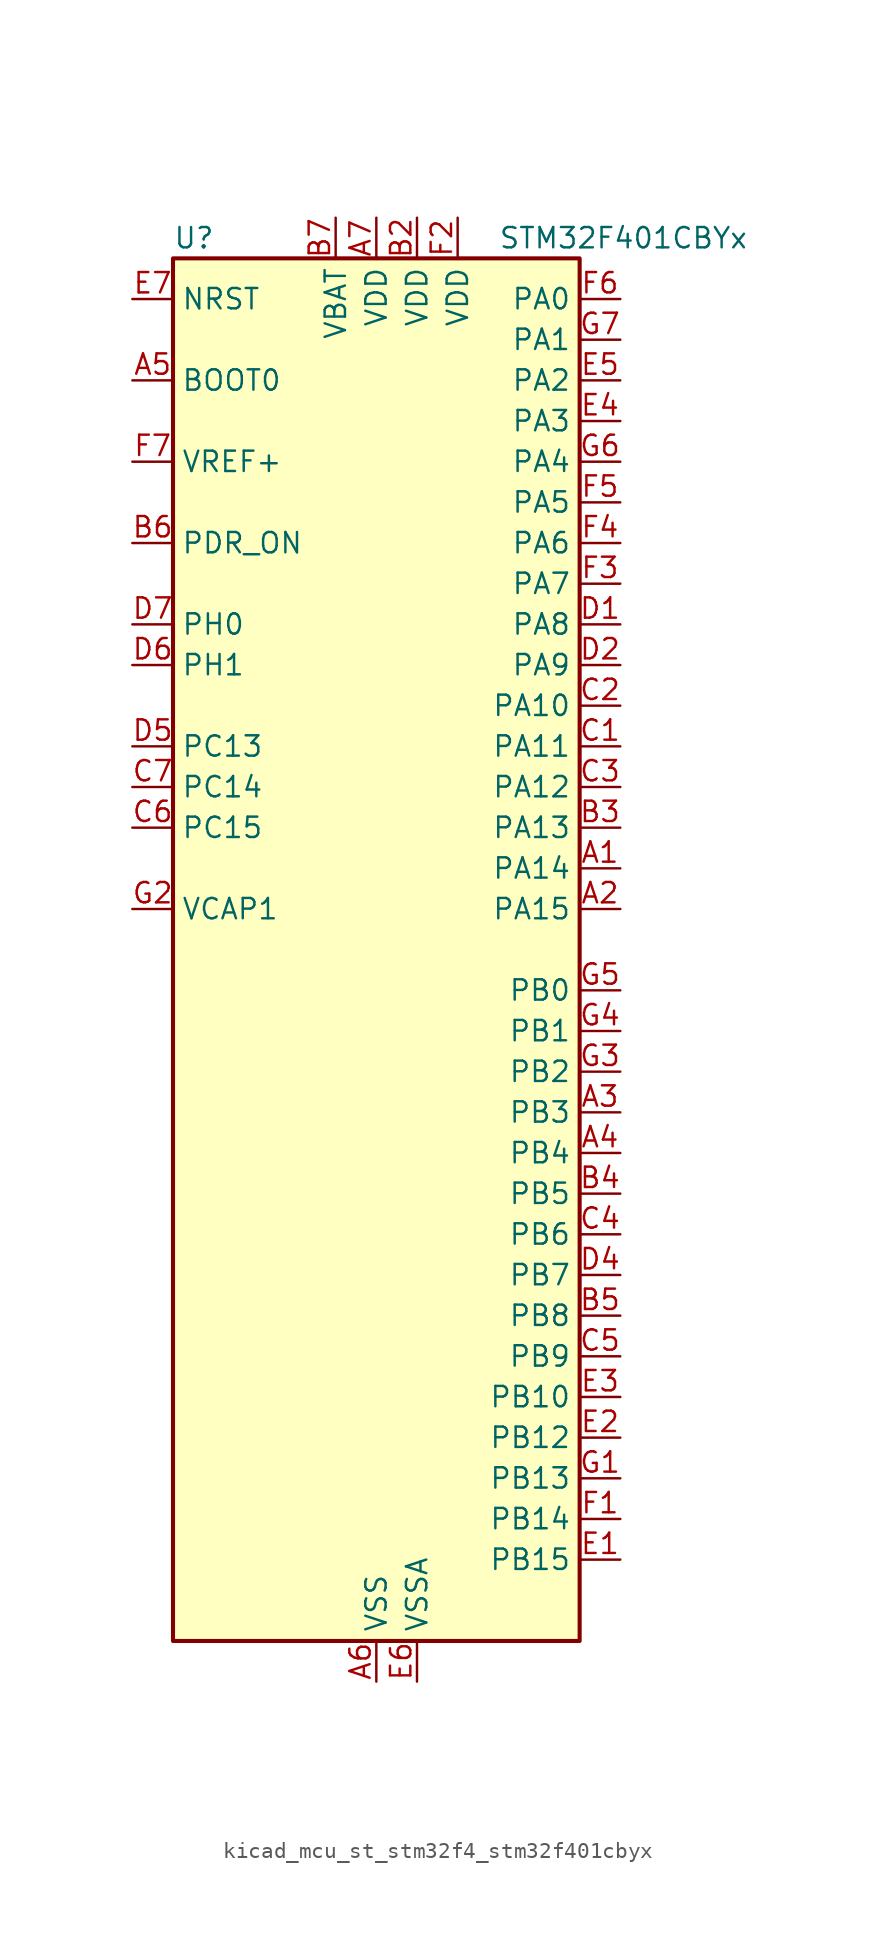
<source format=kicad_sym>
(kicad_symbol_lib
  (version 20220914)
  (generator kicad_symbol_editor)
  (symbol "kicad_mcu_st_stm32f4_stm32f401cbyx"
    (property "Reference" "U"
      (at -12.7 44.45 0)
      (effects (font (size 1.27 1.27)) (justify left)))
    (property "Value" "STM32F401CBYx"
      (at 7.62 44.45 0)
      (effects (font (size 1.27 1.27)) (justify left)))
    (property "ki_locked" ""
      (at 0 0 0)
      (effects (font (size 1.27 1.27))))
    (symbol "kicad_mcu_st_stm32f4_stm32f401cbyx_0_1"
      (rectangle (start -12.7 -43.18) (end 12.7 43.18) (stroke (width 0.254) (type default)) (fill (type background))))
    (symbol "kicad_mcu_st_stm32f4_stm32f401cbyx_1_1"
      (pin bidirectional line (at 15.24 5.08 180) (length 2.54) (name "PA14" (effects (font (size 1.27 1.27)))) (number "A1" (effects (font (size 1.27 1.27)))) (alternate "SYS_JTCK-SWCLK" bidirectional line))
      (pin bidirectional line (at 15.24 2.54 180) (length 2.54) (name "PA15" (effects (font (size 1.27 1.27)))) (number "A2" (effects (font (size 1.27 1.27)))) (alternate "ADC1_EXTI15" bidirectional line) (alternate "I2S3_WS" bidirectional line) (alternate "SPI1_NSS" bidirectional line) (alternate "SPI3_NSS" bidirectional line) (alternate "SYS_JTDI" bidirectional line) (alternate "TIM2_CH1" bidirectional line) (alternate "TIM2_ETR" bidirectional line))
      (pin bidirectional line (at 15.24 -10.16 180) (length 2.54) (name "PB3" (effects (font (size 1.27 1.27)))) (number "A3" (effects (font (size 1.27 1.27)))) (alternate "I2C2_SDA" bidirectional line) (alternate "I2S3_CK" bidirectional line) (alternate "SPI1_SCK" bidirectional line) (alternate "SPI3_SCK" bidirectional line) (alternate "SYS_JTDO-SWO" bidirectional line) (alternate "TIM2_CH2" bidirectional line))
      (pin bidirectional line (at 15.24 -12.7 180) (length 2.54) (name "PB4" (effects (font (size 1.27 1.27)))) (number "A4" (effects (font (size 1.27 1.27)))) (alternate "I2C3_SDA" bidirectional line) (alternate "I2S3_ext_SD" bidirectional line) (alternate "SPI1_MISO" bidirectional line) (alternate "SPI3_MISO" bidirectional line) (alternate "SYS_JTRST" bidirectional line) (alternate "TIM3_CH1" bidirectional line))
      (pin input line (at -15.24 35.56 0) (length 2.54) (name "BOOT0" (effects (font (size 1.27 1.27)))) (number "A5" (effects (font (size 1.27 1.27)))))
      (pin power_in line (at 0 -45.72 90) (length 2.54) (name "VSS" (effects (font (size 1.27 1.27)))) (number "A6" (effects (font (size 1.27 1.27)))))
      (pin power_in line (at 0 45.72 270) (length 2.54) (name "VDD" (effects (font (size 1.27 1.27)))) (number "A7" (effects (font (size 1.27 1.27)))))
      (pin passive line (at 0 -45.72 90) (length 2.54) hide (name "VSS" (effects (font (size 1.27 1.27)))) (number "B1" (effects (font (size 1.27 1.27)))))
      (pin power_in line (at 2.54 45.72 270) (length 2.54) (name "VDD" (effects (font (size 1.27 1.27)))) (number "B2" (effects (font (size 1.27 1.27)))))
      (pin bidirectional line (at 15.24 7.62 180) (length 2.54) (name "PA13" (effects (font (size 1.27 1.27)))) (number "B3" (effects (font (size 1.27 1.27)))) (alternate "SYS_JTMS-SWDIO" bidirectional line))
      (pin bidirectional line (at 15.24 -15.24 180) (length 2.54) (name "PB5" (effects (font (size 1.27 1.27)))) (number "B4" (effects (font (size 1.27 1.27)))) (alternate "I2C1_SMBA" bidirectional line) (alternate "I2S3_SD" bidirectional line) (alternate "SPI1_MOSI" bidirectional line) (alternate "SPI3_MOSI" bidirectional line) (alternate "TIM3_CH2" bidirectional line))
      (pin bidirectional line (at 15.24 -22.86 180) (length 2.54) (name "PB8" (effects (font (size 1.27 1.27)))) (number "B5" (effects (font (size 1.27 1.27)))) (alternate "I2C1_SCL" bidirectional line) (alternate "TIM10_CH1" bidirectional line) (alternate "TIM4_CH3" bidirectional line))
      (pin input line (at -15.24 25.4 0) (length 2.54) (name "PDR_ON" (effects (font (size 1.27 1.27)))) (number "B6" (effects (font (size 1.27 1.27)))))
      (pin power_in line (at -2.54 45.72 270) (length 2.54) (name "VBAT" (effects (font (size 1.27 1.27)))) (number "B7" (effects (font (size 1.27 1.27)))))
      (pin bidirectional line (at 15.24 12.7 180) (length 2.54) (name "PA11" (effects (font (size 1.27 1.27)))) (number "C1" (effects (font (size 1.27 1.27)))) (alternate "ADC1_EXTI11" bidirectional line) (alternate "TIM1_CH4" bidirectional line) (alternate "USART1_CTS" bidirectional line) (alternate "USART6_TX" bidirectional line) (alternate "USB_OTG_FS_DM" bidirectional line))
      (pin bidirectional line (at 15.24 15.24 180) (length 2.54) (name "PA10" (effects (font (size 1.27 1.27)))) (number "C2" (effects (font (size 1.27 1.27)))) (alternate "TIM1_CH3" bidirectional line) (alternate "USART1_RX" bidirectional line) (alternate "USB_OTG_FS_ID" bidirectional line))
      (pin bidirectional line (at 15.24 10.16 180) (length 2.54) (name "PA12" (effects (font (size 1.27 1.27)))) (number "C3" (effects (font (size 1.27 1.27)))) (alternate "TIM1_ETR" bidirectional line) (alternate "USART1_RTS" bidirectional line) (alternate "USART6_RX" bidirectional line) (alternate "USB_OTG_FS_DP" bidirectional line))
      (pin bidirectional line (at 15.24 -17.78 180) (length 2.54) (name "PB6" (effects (font (size 1.27 1.27)))) (number "C4" (effects (font (size 1.27 1.27)))) (alternate "I2C1_SCL" bidirectional line) (alternate "TIM4_CH1" bidirectional line) (alternate "USART1_TX" bidirectional line))
      (pin bidirectional line (at 15.24 -25.4 180) (length 2.54) (name "PB9" (effects (font (size 1.27 1.27)))) (number "C5" (effects (font (size 1.27 1.27)))) (alternate "I2C1_SDA" bidirectional line) (alternate "I2S2_WS" bidirectional line) (alternate "SPI2_NSS" bidirectional line) (alternate "TIM11_CH1" bidirectional line) (alternate "TIM4_CH4" bidirectional line))
      (pin bidirectional line (at -15.24 7.62 0) (length 2.54) (name "PC15" (effects (font (size 1.27 1.27)))) (number "C6" (effects (font (size 1.27 1.27)))) (alternate "ADC1_EXTI15" bidirectional line) (alternate "RCC_OSC32_OUT" bidirectional line))
      (pin bidirectional line (at -15.24 10.16 0) (length 2.54) (name "PC14" (effects (font (size 1.27 1.27)))) (number "C7" (effects (font (size 1.27 1.27)))) (alternate "RCC_OSC32_IN" bidirectional line))
      (pin bidirectional line (at 15.24 20.32 180) (length 2.54) (name "PA8" (effects (font (size 1.27 1.27)))) (number "D1" (effects (font (size 1.27 1.27)))) (alternate "I2C3_SCL" bidirectional line) (alternate "RCC_MCO_1" bidirectional line) (alternate "TIM1_CH1" bidirectional line) (alternate "USART1_CK" bidirectional line) (alternate "USB_OTG_FS_SOF" bidirectional line))
      (pin bidirectional line (at 15.24 17.78 180) (length 2.54) (name "PA9" (effects (font (size 1.27 1.27)))) (number "D2" (effects (font (size 1.27 1.27)))) (alternate "I2C3_SMBA" bidirectional line) (alternate "TIM1_CH2" bidirectional line) (alternate "USART1_TX" bidirectional line) (alternate "USB_OTG_FS_VBUS" bidirectional line))
      (pin passive line (at 0 -45.72 90) (length 2.54) hide (name "VSS" (effects (font (size 1.27 1.27)))) (number "D3" (effects (font (size 1.27 1.27)))))
      (pin bidirectional line (at 15.24 -20.32 180) (length 2.54) (name "PB7" (effects (font (size 1.27 1.27)))) (number "D4" (effects (font (size 1.27 1.27)))) (alternate "I2C1_SDA" bidirectional line) (alternate "TIM4_CH2" bidirectional line) (alternate "USART1_RX" bidirectional line))
      (pin bidirectional line (at -15.24 12.7 0) (length 2.54) (name "PC13" (effects (font (size 1.27 1.27)))) (number "D5" (effects (font (size 1.27 1.27)))) (alternate "RTC_AF1" bidirectional line))
      (pin bidirectional line (at -15.24 17.78 0) (length 2.54) (name "PH1" (effects (font (size 1.27 1.27)))) (number "D6" (effects (font (size 1.27 1.27)))) (alternate "RCC_OSC_OUT" bidirectional line))
      (pin bidirectional line (at -15.24 20.32 0) (length 2.54) (name "PH0" (effects (font (size 1.27 1.27)))) (number "D7" (effects (font (size 1.27 1.27)))) (alternate "RCC_OSC_IN" bidirectional line))
      (pin bidirectional line (at 15.24 -38.1 180) (length 2.54) (name "PB15" (effects (font (size 1.27 1.27)))) (number "E1" (effects (font (size 1.27 1.27)))) (alternate "ADC1_EXTI15" bidirectional line) (alternate "I2S2_SD" bidirectional line) (alternate "RTC_REFIN" bidirectional line) (alternate "SPI2_MOSI" bidirectional line) (alternate "TIM1_CH3N" bidirectional line))
      (pin bidirectional line (at 15.24 -30.48 180) (length 2.54) (name "PB12" (effects (font (size 1.27 1.27)))) (number "E2" (effects (font (size 1.27 1.27)))) (alternate "I2C2_SMBA" bidirectional line) (alternate "I2S2_WS" bidirectional line) (alternate "SPI2_NSS" bidirectional line) (alternate "TIM1_BKIN" bidirectional line))
      (pin bidirectional line (at 15.24 -27.94 180) (length 2.54) (name "PB10" (effects (font (size 1.27 1.27)))) (number "E3" (effects (font (size 1.27 1.27)))) (alternate "I2C2_SCL" bidirectional line) (alternate "I2S2_CK" bidirectional line) (alternate "SPI2_SCK" bidirectional line) (alternate "TIM2_CH3" bidirectional line))
      (pin bidirectional line (at 15.24 33.02 180) (length 2.54) (name "PA3" (effects (font (size 1.27 1.27)))) (number "E4" (effects (font (size 1.27 1.27)))) (alternate "ADC1_IN3" bidirectional line) (alternate "TIM2_CH4" bidirectional line) (alternate "TIM5_CH4" bidirectional line) (alternate "TIM9_CH2" bidirectional line) (alternate "USART2_RX" bidirectional line))
      (pin bidirectional line (at 15.24 35.56 180) (length 2.54) (name "PA2" (effects (font (size 1.27 1.27)))) (number "E5" (effects (font (size 1.27 1.27)))) (alternate "ADC1_IN2" bidirectional line) (alternate "TIM2_CH3" bidirectional line) (alternate "TIM5_CH3" bidirectional line) (alternate "TIM9_CH1" bidirectional line) (alternate "USART2_TX" bidirectional line))
      (pin power_in line (at 2.54 -45.72 90) (length 2.54) (name "VSSA" (effects (font (size 1.27 1.27)))) (number "E6" (effects (font (size 1.27 1.27)))))
      (pin input line (at -15.24 40.64 0) (length 2.54) (name "NRST" (effects (font (size 1.27 1.27)))) (number "E7" (effects (font (size 1.27 1.27)))))
      (pin bidirectional line (at 15.24 -35.56 180) (length 2.54) (name "PB14" (effects (font (size 1.27 1.27)))) (number "F1" (effects (font (size 1.27 1.27)))) (alternate "I2S2_ext_SD" bidirectional line) (alternate "SPI2_MISO" bidirectional line) (alternate "TIM1_CH2N" bidirectional line))
      (pin power_in line (at 5.08 45.72 270) (length 2.54) (name "VDD" (effects (font (size 1.27 1.27)))) (number "F2" (effects (font (size 1.27 1.27)))))
      (pin bidirectional line (at 15.24 22.86 180) (length 2.54) (name "PA7" (effects (font (size 1.27 1.27)))) (number "F3" (effects (font (size 1.27 1.27)))) (alternate "ADC1_IN7" bidirectional line) (alternate "SPI1_MOSI" bidirectional line) (alternate "TIM1_CH1N" bidirectional line) (alternate "TIM3_CH2" bidirectional line))
      (pin bidirectional line (at 15.24 25.4 180) (length 2.54) (name "PA6" (effects (font (size 1.27 1.27)))) (number "F4" (effects (font (size 1.27 1.27)))) (alternate "ADC1_IN6" bidirectional line) (alternate "SPI1_MISO" bidirectional line) (alternate "TIM1_BKIN" bidirectional line) (alternate "TIM3_CH1" bidirectional line))
      (pin bidirectional line (at 15.24 27.94 180) (length 2.54) (name "PA5" (effects (font (size 1.27 1.27)))) (number "F5" (effects (font (size 1.27 1.27)))) (alternate "ADC1_IN5" bidirectional line) (alternate "SPI1_SCK" bidirectional line) (alternate "TIM2_CH1" bidirectional line) (alternate "TIM2_ETR" bidirectional line))
      (pin bidirectional line (at 15.24 40.64 180) (length 2.54) (name "PA0" (effects (font (size 1.27 1.27)))) (number "F6" (effects (font (size 1.27 1.27)))) (alternate "ADC1_IN0" bidirectional line) (alternate "SYS_WKUP" bidirectional line) (alternate "TIM2_CH1" bidirectional line) (alternate "TIM2_ETR" bidirectional line) (alternate "TIM5_CH1" bidirectional line) (alternate "USART2_CTS" bidirectional line))
      (pin input line (at -15.24 30.48 0) (length 2.54) (name "VREF+" (effects (font (size 1.27 1.27)))) (number "F7" (effects (font (size 1.27 1.27)))))
      (pin bidirectional line (at 15.24 -33.02 180) (length 2.54) (name "PB13" (effects (font (size 1.27 1.27)))) (number "G1" (effects (font (size 1.27 1.27)))) (alternate "I2S2_CK" bidirectional line) (alternate "SPI2_SCK" bidirectional line) (alternate "TIM1_CH1N" bidirectional line))
      (pin power_out line (at -15.24 2.54 0) (length 2.54) (name "VCAP1" (effects (font (size 1.27 1.27)))) (number "G2" (effects (font (size 1.27 1.27)))))
      (pin bidirectional line (at 15.24 -7.62 180) (length 2.54) (name "PB2" (effects (font (size 1.27 1.27)))) (number "G3" (effects (font (size 1.27 1.27)))))
      (pin bidirectional line (at 15.24 -5.08 180) (length 2.54) (name "PB1" (effects (font (size 1.27 1.27)))) (number "G4" (effects (font (size 1.27 1.27)))) (alternate "ADC1_IN9" bidirectional line) (alternate "TIM1_CH3N" bidirectional line) (alternate "TIM3_CH4" bidirectional line))
      (pin bidirectional line (at 15.24 -2.54 180) (length 2.54) (name "PB0" (effects (font (size 1.27 1.27)))) (number "G5" (effects (font (size 1.27 1.27)))) (alternate "ADC1_IN8" bidirectional line) (alternate "TIM1_CH2N" bidirectional line) (alternate "TIM3_CH3" bidirectional line))
      (pin bidirectional line (at 15.24 30.48 180) (length 2.54) (name "PA4" (effects (font (size 1.27 1.27)))) (number "G6" (effects (font (size 1.27 1.27)))) (alternate "ADC1_IN4" bidirectional line) (alternate "I2S3_WS" bidirectional line) (alternate "SPI1_NSS" bidirectional line) (alternate "SPI3_NSS" bidirectional line) (alternate "USART2_CK" bidirectional line))
      (pin bidirectional line (at 15.24 38.1 180) (length 2.54) (name "PA1" (effects (font (size 1.27 1.27)))) (number "G7" (effects (font (size 1.27 1.27)))) (alternate "ADC1_IN1" bidirectional line) (alternate "TIM2_CH2" bidirectional line) (alternate "TIM5_CH2" bidirectional line) (alternate "USART2_RTS" bidirectional line)))))
</source>
